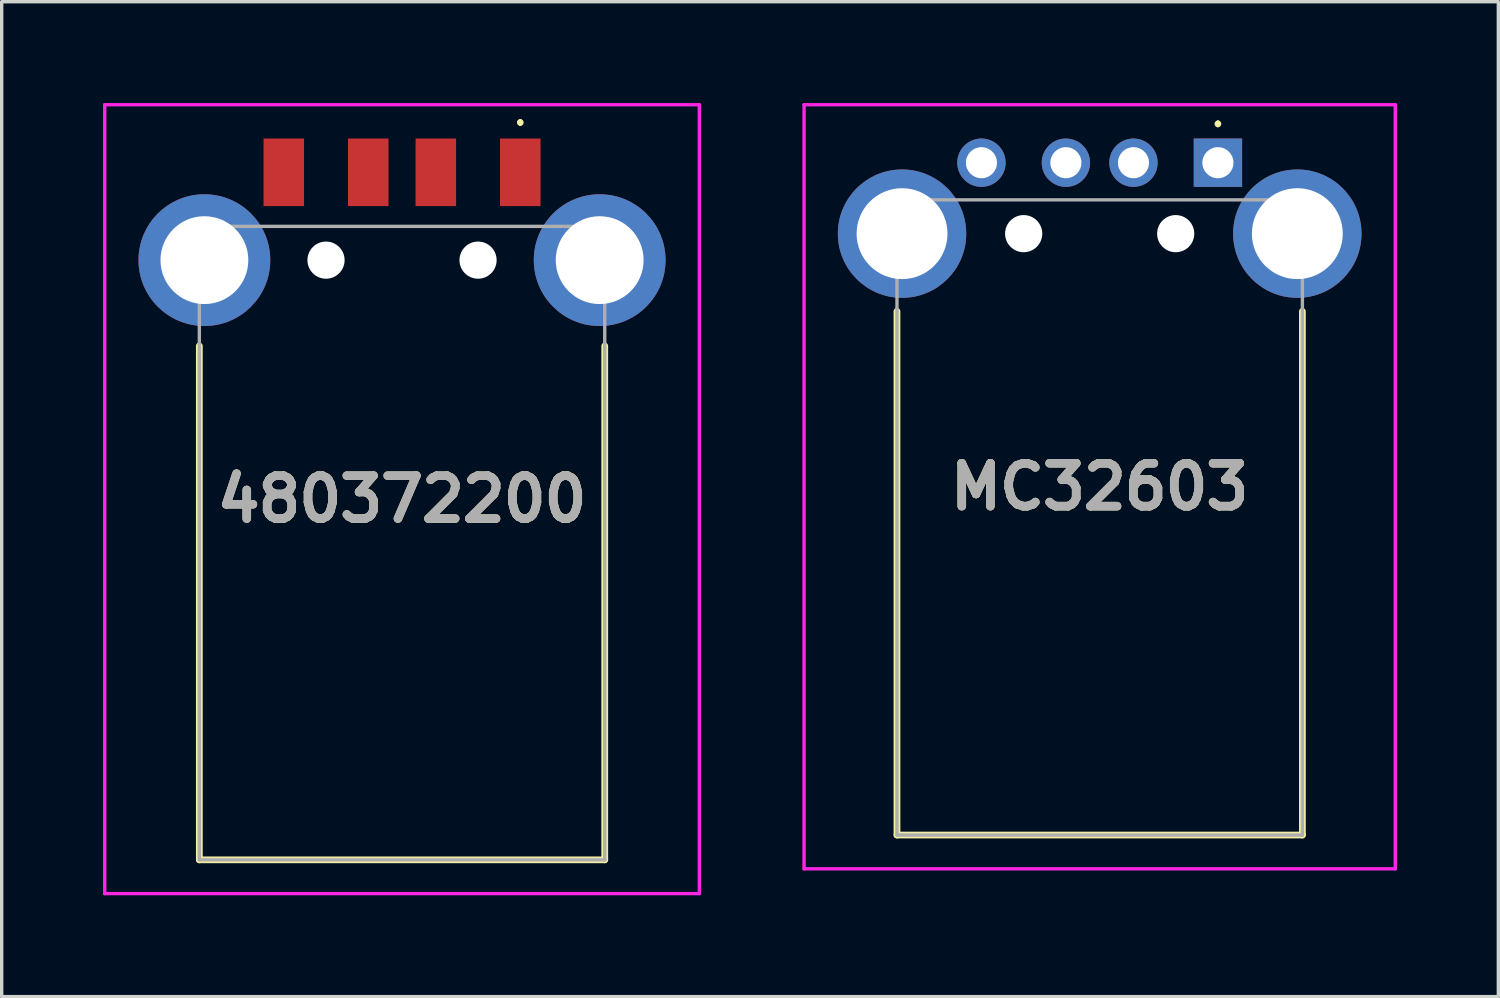
<source format=kicad_pcb>
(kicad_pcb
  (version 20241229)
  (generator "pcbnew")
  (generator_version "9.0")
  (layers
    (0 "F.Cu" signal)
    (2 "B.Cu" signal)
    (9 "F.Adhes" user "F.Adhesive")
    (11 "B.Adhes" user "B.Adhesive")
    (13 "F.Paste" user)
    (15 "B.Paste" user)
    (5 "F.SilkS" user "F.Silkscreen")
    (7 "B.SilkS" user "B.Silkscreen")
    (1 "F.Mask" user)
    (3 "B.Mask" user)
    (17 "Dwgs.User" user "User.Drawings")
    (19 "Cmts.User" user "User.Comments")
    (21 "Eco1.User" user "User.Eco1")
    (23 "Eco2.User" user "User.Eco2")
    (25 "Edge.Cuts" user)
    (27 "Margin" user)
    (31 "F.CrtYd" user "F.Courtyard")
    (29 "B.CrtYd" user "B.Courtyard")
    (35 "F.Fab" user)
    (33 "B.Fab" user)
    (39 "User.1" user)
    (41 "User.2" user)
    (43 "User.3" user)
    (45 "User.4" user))
  (footprint "480372200"
    (layer "F.Cu")
    (at 8.85 12.225)
    (property "Reference" "480372200" (at 0 -0.5 0) (layer "F.SilkS") (effects (font (size 1.27 1.27) (thickness 0.254))))
    (attr through_hole)
    (fp_line (start -6 -5.035) (end -6 10.175) (stroke (width 0.2) (type solid)) (layer "F.SilkS"))
    (fp_line (start -6 10.175) (end 6 10.175) (stroke (width 0.2) (type solid)) (layer "F.SilkS"))
    (fp_line (start 3.5 -11.7) (end 3.5 -11.7) (stroke (width 0.1) (type solid)) (layer "F.SilkS"))
    (fp_line (start 3.5 -11.6) (end 3.5 -11.6) (stroke (width 0.1) (type solid)) (layer "F.SilkS"))
    (fp_line (start 6 10.175) (end 6 -5.035) (stroke (width 0.2) (type solid)) (layer "F.SilkS"))
    (fp_arc (start 3.5 -11.7) (mid 3.55 -11.65) (end 3.5 -11.6) (stroke (width 0.1) (type solid)) (layer "F.SilkS"))
    (fp_arc (start 3.5 -11.6) (mid 3.45 -11.65) (end 3.5 -11.7) (stroke (width 0.1) (type solid)) (layer "F.SilkS"))
    (fp_line (start -8.8 -12.175) (end 8.8 -12.175) (stroke (width 0.1) (type solid)) (layer "F.CrtYd"))
    (fp_line (start -8.8 11.175) (end -8.8 -12.175) (stroke (width 0.1) (type solid)) (layer "F.CrtYd"))
    (fp_line (start 8.8 -12.175) (end 8.8 11.175) (stroke (width 0.1) (type solid)) (layer "F.CrtYd"))
    (fp_line (start 8.8 11.175) (end -8.8 11.175) (stroke (width 0.1) (type solid)) (layer "F.CrtYd"))
    (fp_line (start -6 -8.575) (end 6 -8.575) (stroke (width 0.1) (type solid)) (layer "F.Fab"))
    (fp_line (start -6 10.175) (end -6 -8.575) (stroke (width 0.1) (type solid)) (layer "F.Fab"))
    (fp_line (start 6 -8.575) (end 6 10.175) (stroke (width 0.1) (type solid)) (layer "F.Fab"))
    (fp_line (start 6 10.175) (end -6 10.175) (stroke (width 0.1) (type solid)) (layer "F.Fab"))
    (fp_text user "${REFERENCE}" (at 0 -0.5 0) (layer "F.Fab") (effects (font (size 1.27 1.27) (thickness 0.254))))
    (pad "" np_thru_hole circle (at -2.25 -7.575) (size 1.1 1.1) (drill 1.1) (layers "*.Cu" "*.Mask"))
    (pad "" np_thru_hole circle (at 2.25 -7.575) (size 1.1 1.1) (drill 1.1) (layers "*.Cu" "*.Mask"))
    (pad "1" smd rect (at 3.5 -10.175) (size 1.2 2) (layers "F.Cu" "F.Mask" "F.Paste"))
    (pad "2" smd rect (at 1 -10.175) (size 1.2 2) (layers "F.Cu" "F.Mask" "F.Paste"))
    (pad "3" smd rect (at -1 -10.175) (size 1.2 2) (layers "F.Cu" "F.Mask" "F.Paste"))
    (pad "4" smd rect (at -3.5 -10.175) (size 1.2 2) (layers "F.Cu" "F.Mask" "F.Paste"))
    (pad "MH1" thru_hole circle (at 5.85 -7.575) (size 3.9 3.9) (drill 2.6) (layers "*.Cu" "*.Mask"))
    (pad "MH2" thru_hole circle (at -5.85 -7.575) (size 3.9 3.9) (drill 2.6) (layers "*.Cu" "*.Mask")))
  (footprint "MC32603"
    (layer "F.Cu")
    (at 33 1.766)
    (property "Reference" "MC32603" (at -3.5 9.592 0) (layer "F.SilkS") (effects (font (size 1.27 1.27) (thickness 0.254))))
    (attr through_hole)
    (fp_line (start -9.5 19.9) (end -9.5 4.4) (stroke (width 0.2) (type solid)) (layer "F.SilkS"))
    (fp_line (start 0 -1.2) (end 0 -1.2) (stroke (width 0.1) (type solid)) (layer "F.SilkS"))
    (fp_line (start 0 -1.1) (end 0 -1.1) (stroke (width 0.1) (type solid)) (layer "F.SilkS"))
    (fp_line (start 2.5 4.4) (end 2.5 19.9) (stroke (width 0.2) (type solid)) (layer "F.SilkS"))
    (fp_line (start 2.5 19.9) (end -9.5 19.9) (stroke (width 0.2) (type solid)) (layer "F.SilkS"))
    (fp_arc (start 0 -1.2) (mid 0.05 -1.15) (end 0 -1.1) (stroke (width 0.1) (type solid)) (layer "F.SilkS"))
    (fp_arc (start 0 -1.1) (mid -0.05 -1.15) (end 0 -1.2) (stroke (width 0.1) (type solid)) (layer "F.SilkS"))
    (fp_line (start -12.25 -1.716) (end 5.25 -1.716) (stroke (width 0.1) (type solid)) (layer "F.CrtYd"))
    (fp_line (start -12.25 20.9) (end -12.25 -1.716) (stroke (width 0.1) (type solid)) (layer "F.CrtYd"))
    (fp_line (start 5.25 -1.716) (end 5.25 20.9) (stroke (width 0.1) (type solid)) (layer "F.CrtYd"))
    (fp_line (start 5.25 20.9) (end -12.25 20.9) (stroke (width 0.1) (type solid)) (layer "F.CrtYd"))
    (fp_line (start -9.5 1.1) (end 2.5 1.1) (stroke (width 0.1) (type solid)) (layer "F.Fab"))
    (fp_line (start -9.5 19.9) (end -9.5 1.1) (stroke (width 0.1) (type solid)) (layer "F.Fab"))
    (fp_line (start 2.5 1.1) (end 2.5 19.9) (stroke (width 0.1) (type solid)) (layer "F.Fab"))
    (fp_line (start 2.5 19.9) (end -9.5 19.9) (stroke (width 0.1) (type solid)) (layer "F.Fab"))
    (fp_text user "${REFERENCE}" (at -3.5 9.592 0) (layer "F.Fab") (effects (font (size 1.27 1.27) (thickness 0.254))))
    (pad "" np_thru_hole circle (at -5.75 2.1) (size 1.1 1.1) (drill 1.1) (layers "*.Cu" "*.Mask"))
    (pad "" np_thru_hole circle (at -1.25 2.1) (size 1.1 1.1) (drill 1.1) (layers "*.Cu" "*.Mask"))
    (pad "1" thru_hole rect (at 0 0) (size 1.431 1.431) (drill 0.92) (layers "*.Cu" "*.Mask"))
    (pad "2" thru_hole circle (at -2.5 0) (size 1.431 1.431) (drill 0.92) (layers "*.Cu" "*.Mask"))
    (pad "3" thru_hole circle (at -4.5 0) (size 1.431 1.431) (drill 0.92) (layers "*.Cu" "*.Mask"))
    (pad "4" thru_hole circle (at -7 0) (size 1.431 1.431) (drill 0.92) (layers "*.Cu" "*.Mask"))
    (pad "MH1" thru_hole circle (at 2.35 2.1) (size 3.8 3.8) (drill 2.69) (layers "*.Cu" "*.Mask"))
    (pad "MH4" thru_hole circle (at -9.35 2.1) (size 3.8 3.8) (drill 2.69) (layers "*.Cu" "*.Mask")))
  (gr_rect
    (start -3 -3)
    (end 41.3 26.45)
    (stroke (width 0.1) (type default))
    (fill no)
    (layer "Edge.Cuts")))
</source>
